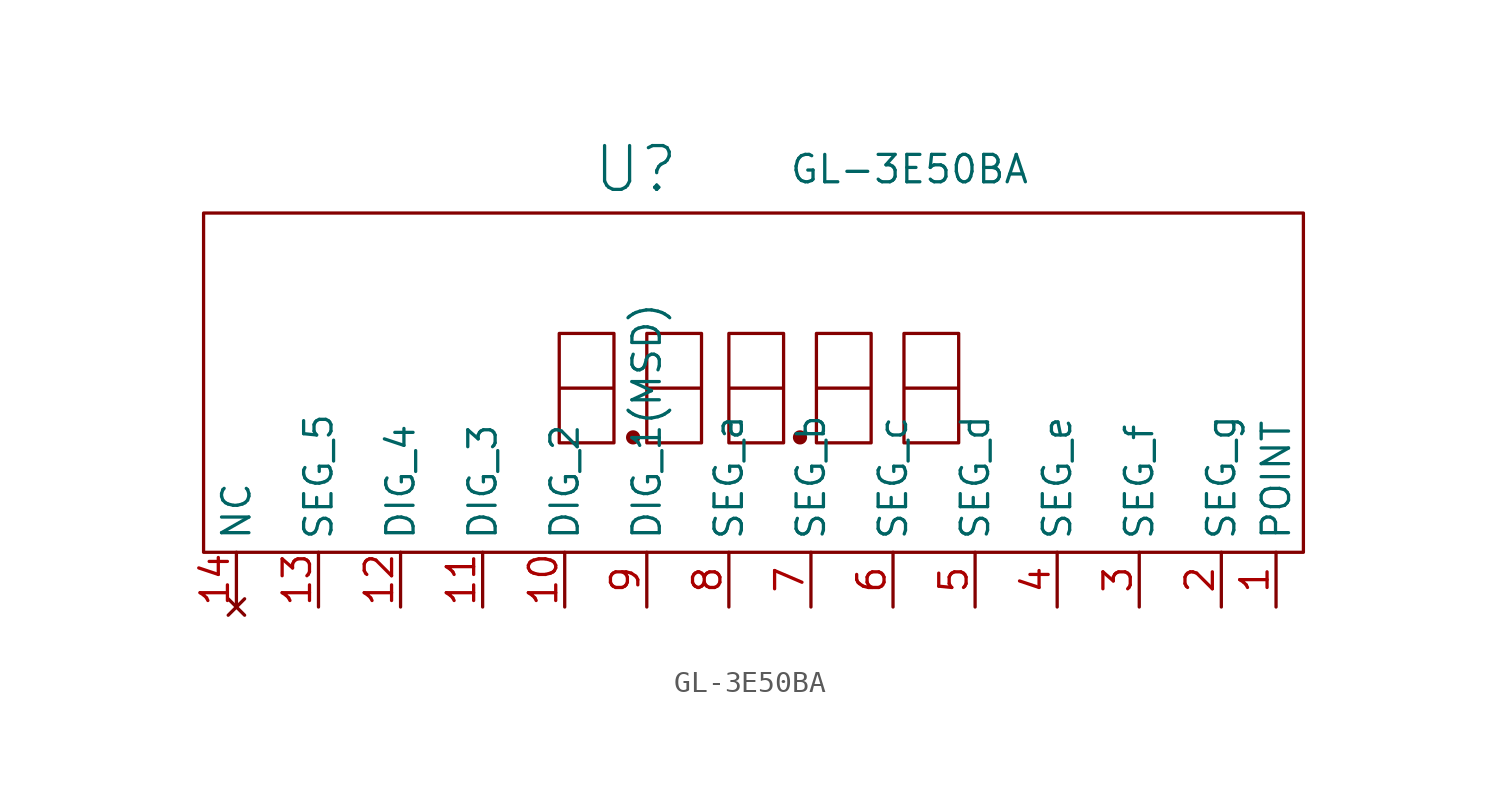
<source format=kicad_sym>
(kicad_symbol_lib
  (version 20241209)
  (generator "kicad_symbol_editor")
  (generator_version "9.0")
  (symbol "GL-3E50BA"
    (property "Reference" "U"
      (at -5.588 10.16 0)
      (effects (font (size 2.032 2.032))))
    (property "Value" "GL-3E50BA"
      (at 7.112 10.16 0)
      (effects (font (size 1.27 1.27))))
    (symbol "GL-3E50BA_0_1"
      (rectangle (start -25.654 8.128) (end 25.4 -7.62) (stroke (width 0) (type default)) (fill (type none)))
      (polyline (pts (xy -9.144 0) (xy -9.144 2.54) (xy -6.604 2.54) (xy -6.604 0) (xy -9.144 0) (xy -9.144 -2.286) (xy -9.144 -2.54) (xy -6.604 -2.54) (xy -6.604 0)) (stroke (width 0) (type default)) (fill (type none)))
      (polyline (pts (xy -5.08 0) (xy -5.08 2.54) (xy -2.54 2.54) (xy -2.54 0) (xy -5.08 0) (xy -5.08 -2.286) (xy -5.08 -2.54) (xy -2.54 -2.54) (xy -2.54 0)) (stroke (width 0) (type default)) (fill (type none)))
      (polyline (pts (xy -1.27 0) (xy -1.27 2.54) (xy 1.27 2.54) (xy 1.27 0) (xy -1.27 0) (xy -1.27 -2.286) (xy -1.27 -2.54) (xy 1.27 -2.54) (xy 1.27 0)) (stroke (width 0) (type default)) (fill (type none)))
      (polyline (pts (xy 2.794 0) (xy 2.794 2.54) (xy 5.334 2.54) (xy 5.334 0) (xy 2.794 0) (xy 2.794 -2.286) (xy 2.794 -2.54) (xy 5.334 -2.54) (xy 5.334 0)) (stroke (width 0) (type default)) (fill (type none)))
      (polyline (pts (xy 6.858 0) (xy 6.858 2.54) (xy 9.398 2.54) (xy 9.398 0) (xy 6.858 0) (xy 6.858 -2.286) (xy 6.858 -2.54) (xy 9.398 -2.54) (xy 9.398 0)) (stroke (width 0) (type default)) (fill (type none))))
    (symbol "GL-3E50BA_1_1"
      (circle (center -5.715 -2.286) (radius 0.254) (stroke (width 0) (type solid)) (fill (type outline)))
      (circle (center 2.032 -2.286) (radius 0.254) (stroke (width 0) (type solid)) (fill (type outline)))
      (pin no_connect line (at -24.13 -10.16 90) (length 2.54) (name "NC" (effects (font (size 1.27 1.27)))) (number "14" (effects (font (size 1.27 1.27)))))
      (pin input line (at -20.32 -10.16 90) (length 2.54) (name "SEG_5" (effects (font (size 1.27 1.27)))) (number "13" (effects (font (size 1.27 1.27)))))
      (pin input line (at -16.51 -10.16 90) (length 2.54) (name "DIG_4" (effects (font (size 1.27 1.27)))) (number "12" (effects (font (size 1.27 1.27)))))
      (pin input line (at -12.7 -10.16 90) (length 2.54) (name "DIG_3" (effects (font (size 1.27 1.27)))) (number "11" (effects (font (size 1.27 1.27)))))
      (pin input line (at -8.89 -10.16 90) (length 2.54) (name "DIG_2" (effects (font (size 1.27 1.27)))) (number "10" (effects (font (size 1.27 1.27)))))
      (pin input line (at -5.08 -10.16 90) (length 2.54) (name "DIG_1(MSD)" (effects (font (size 1.27 1.27)))) (number "9" (effects (font (size 1.27 1.27)))))
      (pin input line (at -1.27 -10.16 90) (length 2.54) (name "SEG_a" (effects (font (size 1.27 1.27)))) (number "8" (effects (font (size 1.27 1.27)))))
      (pin input line (at 2.54 -10.16 90) (length 2.54) (name "SEG_b" (effects (font (size 1.27 1.27)))) (number "7" (effects (font (size 1.27 1.27)))))
      (pin input line (at 6.35 -10.16 90) (length 2.54) (name "SEG_c" (effects (font (size 1.27 1.27)))) (number "6" (effects (font (size 1.27 1.27)))))
      (pin input line (at 10.16 -10.16 90) (length 2.54) (name "SEG_d" (effects (font (size 1.27 1.27)))) (number "5" (effects (font (size 1.27 1.27)))))
      (pin input line (at 13.97 -10.16 90) (length 2.54) (name "SEG_e" (effects (font (size 1.27 1.27)))) (number "4" (effects (font (size 1.27 1.27)))))
      (pin input line (at 17.78 -10.16 90) (length 2.54) (name "SEG_f" (effects (font (size 1.27 1.27)))) (number "3" (effects (font (size 1.27 1.27)))))
      (pin input line (at 21.59 -10.16 90) (length 2.54) (name "SEG_g" (effects (font (size 1.27 1.27)))) (number "2" (effects (font (size 1.27 1.27)))))
      (pin input line (at 24.13 -10.16 90) (length 2.54) (name "POINT" (effects (font (size 1.27 1.27)))) (number "1" (effects (font (size 1.27 1.27))))))))
</source>
